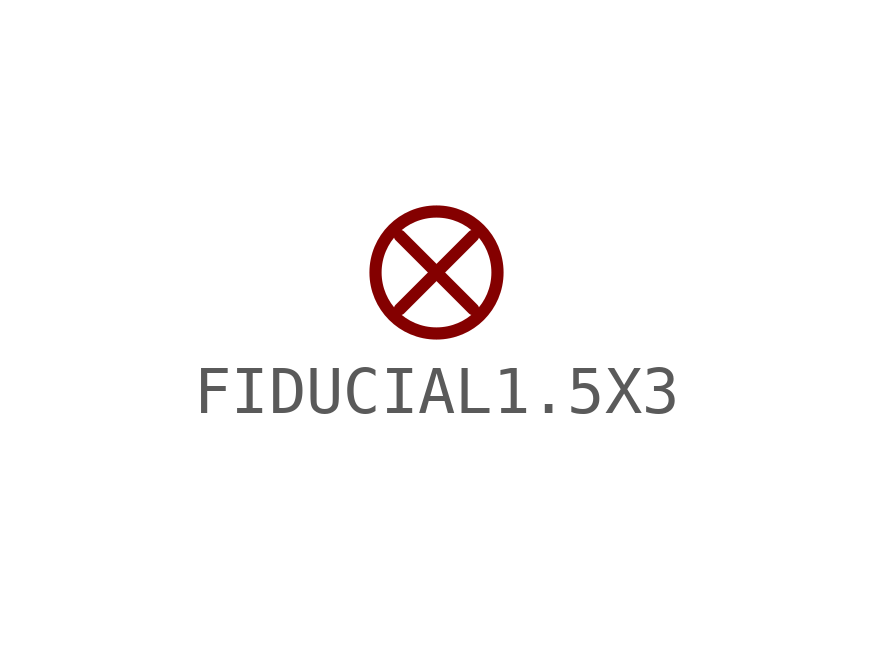
<source format=kicad_sym>
(kicad_symbol_lib
  (version 20211014)
  (generator kicad_symbol_editor)
  (symbol "FIDUCIAL1.5X3"
    (property "Reference" ""
      (at 0 0 0)
      (effects (font (size 1.27 1.27)) hide))
    (property "ki_locked" ""
      (at 0 0 0)
      (effects (font (size 1.27 1.27))))
    (symbol "FIDUCIAL1.5X3_1_0"
      (polyline (pts (xy -0.762 0.762) (xy 0.762 -0.762)) (stroke (width 0.254) (type default) (color 0 0 0 0)) (fill (type none)))
      (polyline (pts (xy 0.762 0.762) (xy -0.762 -0.762)) (stroke (width 0.254) (type default) (color 0 0 0 0)) (fill (type none)))
      (circle (center 0 0) (radius 1.27) (stroke (width 0.254) (type default) (color 0 0 0 0)) (fill (type none))))))
</source>
